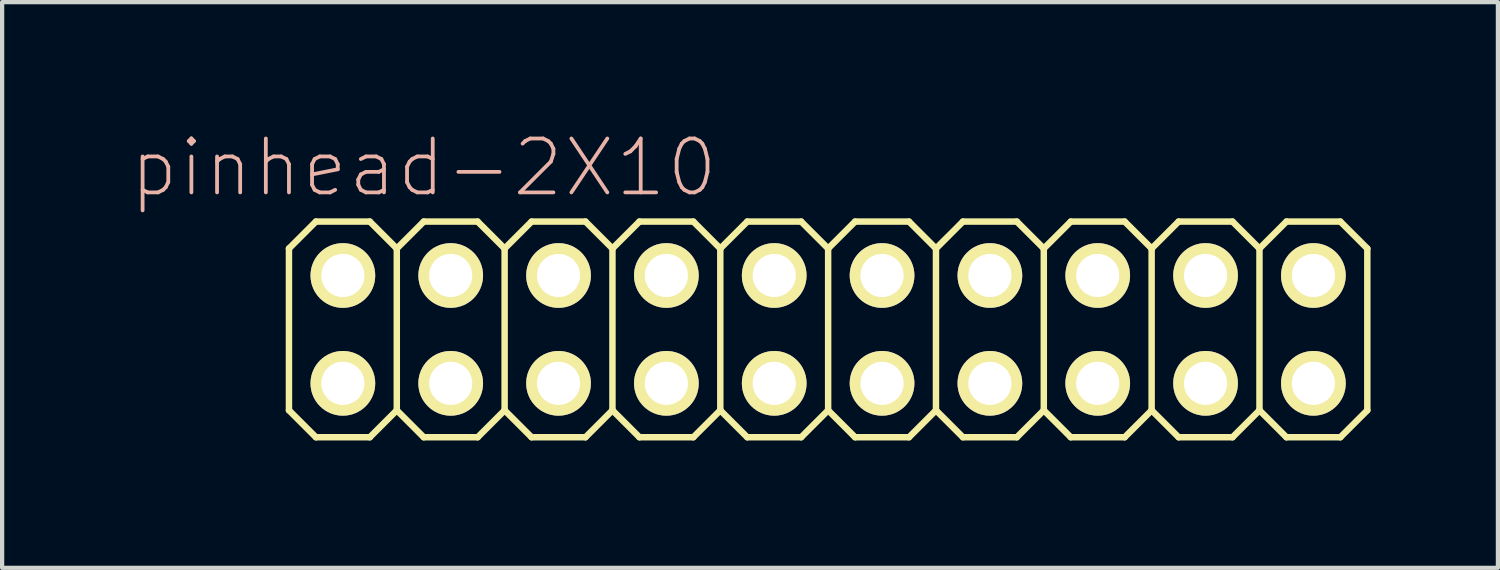
<source format=kicad_pcb>
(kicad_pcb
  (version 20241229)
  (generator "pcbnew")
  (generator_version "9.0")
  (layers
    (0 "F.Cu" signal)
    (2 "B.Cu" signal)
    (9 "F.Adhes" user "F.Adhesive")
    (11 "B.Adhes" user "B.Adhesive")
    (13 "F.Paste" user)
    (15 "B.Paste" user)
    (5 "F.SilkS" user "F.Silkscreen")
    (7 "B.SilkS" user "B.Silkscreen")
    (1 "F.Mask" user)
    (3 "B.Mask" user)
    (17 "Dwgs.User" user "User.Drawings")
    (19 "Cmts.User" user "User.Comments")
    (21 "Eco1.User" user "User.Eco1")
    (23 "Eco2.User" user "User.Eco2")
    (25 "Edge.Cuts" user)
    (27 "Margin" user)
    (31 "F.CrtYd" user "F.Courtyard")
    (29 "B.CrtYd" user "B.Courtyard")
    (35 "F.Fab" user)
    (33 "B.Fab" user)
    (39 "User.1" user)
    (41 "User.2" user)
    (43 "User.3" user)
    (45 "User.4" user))
  (footprint "pinhead-2X10"
    (layer "F.Cu")
    (at 16.456 4.709)
    (property "Reference" "pinhead-2X10" (at -9.525 -3.81 0) (layer "B.SilkS") (effects (font (size 1.27 1.27) (thickness 0.089))))
    (attr exclude_from_pos_files exclude_from_bom)
    (fp_line (start -12.7 -1.905) (end -12.065 -2.54) (stroke (width 0.152) (type solid)) (layer "F.SilkS"))
    (fp_line (start -12.7 1.905) (end -12.7 -1.905) (stroke (width 0.152) (type solid)) (layer "F.SilkS"))
    (fp_line (start -12.7 1.905) (end -12.065 2.54) (stroke (width 0.152) (type solid)) (layer "F.SilkS"))
    (fp_line (start -12.065 -2.54) (end -10.795 -2.54) (stroke (width 0.152) (type solid)) (layer "F.SilkS"))
    (fp_line (start -12.065 2.54) (end -10.795 2.54) (stroke (width 0.152) (type solid)) (layer "F.SilkS"))
    (fp_line (start -11.684 -1.524) (end -11.176 -1.524) (stroke (width 0.066) (type solid)) (layer "F.SilkS"))
    (fp_line (start -11.684 -1.016) (end -11.684 -1.524) (stroke (width 0.066) (type solid)) (layer "F.SilkS"))
    (fp_line (start -11.684 -1.016) (end -11.176 -1.016) (stroke (width 0.066) (type solid)) (layer "F.SilkS"))
    (fp_line (start -11.684 1.016) (end -11.176 1.016) (stroke (width 0.066) (type solid)) (layer "F.SilkS"))
    (fp_line (start -11.684 1.524) (end -11.684 1.016) (stroke (width 0.066) (type solid)) (layer "F.SilkS"))
    (fp_line (start -11.684 1.524) (end -11.176 1.524) (stroke (width 0.066) (type solid)) (layer "F.SilkS"))
    (fp_line (start -11.176 -1.016) (end -11.176 -1.524) (stroke (width 0.066) (type solid)) (layer "F.SilkS"))
    (fp_line (start -11.176 1.524) (end -11.176 1.016) (stroke (width 0.066) (type solid)) (layer "F.SilkS"))
    (fp_line (start -10.795 -2.54) (end -10.16 -1.905) (stroke (width 0.152) (type solid)) (layer "F.SilkS"))
    (fp_line (start -10.795 2.54) (end -10.16 1.905) (stroke (width 0.152) (type solid)) (layer "F.SilkS"))
    (fp_line (start -10.16 -1.905) (end -10.16 1.905) (stroke (width 0.152) (type solid)) (layer "F.SilkS"))
    (fp_line (start -10.16 -1.905) (end -9.525 -2.54) (stroke (width 0.152) (type solid)) (layer "F.SilkS"))
    (fp_line (start -10.16 1.905) (end -9.525 2.54) (stroke (width 0.152) (type solid)) (layer "F.SilkS"))
    (fp_line (start -9.525 -2.54) (end -8.255 -2.54) (stroke (width 0.152) (type solid)) (layer "F.SilkS"))
    (fp_line (start -9.525 2.54) (end -8.255 2.54) (stroke (width 0.152) (type solid)) (layer "F.SilkS"))
    (fp_line (start -9.144 -1.524) (end -8.636 -1.524) (stroke (width 0.066) (type solid)) (layer "F.SilkS"))
    (fp_line (start -9.144 -1.016) (end -9.144 -1.524) (stroke (width 0.066) (type solid)) (layer "F.SilkS"))
    (fp_line (start -9.144 -1.016) (end -8.636 -1.016) (stroke (width 0.066) (type solid)) (layer "F.SilkS"))
    (fp_line (start -9.144 1.016) (end -8.636 1.016) (stroke (width 0.066) (type solid)) (layer "F.SilkS"))
    (fp_line (start -9.144 1.524) (end -9.144 1.016) (stroke (width 0.066) (type solid)) (layer "F.SilkS"))
    (fp_line (start -9.144 1.524) (end -8.636 1.524) (stroke (width 0.066) (type solid)) (layer "F.SilkS"))
    (fp_line (start -8.636 -1.016) (end -8.636 -1.524) (stroke (width 0.066) (type solid)) (layer "F.SilkS"))
    (fp_line (start -8.636 1.524) (end -8.636 1.016) (stroke (width 0.066) (type solid)) (layer "F.SilkS"))
    (fp_line (start -8.255 -2.54) (end -7.62 -1.905) (stroke (width 0.152) (type solid)) (layer "F.SilkS"))
    (fp_line (start -8.255 2.54) (end -7.62 1.905) (stroke (width 0.152) (type solid)) (layer "F.SilkS"))
    (fp_line (start -7.62 -1.905) (end -7.62 1.905) (stroke (width 0.152) (type solid)) (layer "F.SilkS"))
    (fp_line (start -7.62 -1.905) (end -6.985 -2.54) (stroke (width 0.152) (type solid)) (layer "F.SilkS"))
    (fp_line (start -7.62 1.905) (end -6.985 2.54) (stroke (width 0.152) (type solid)) (layer "F.SilkS"))
    (fp_line (start -6.985 -2.54) (end -5.715 -2.54) (stroke (width 0.152) (type solid)) (layer "F.SilkS"))
    (fp_line (start -6.985 2.54) (end -5.715 2.54) (stroke (width 0.152) (type solid)) (layer "F.SilkS"))
    (fp_line (start -6.604 -1.524) (end -6.096 -1.524) (stroke (width 0.066) (type solid)) (layer "F.SilkS"))
    (fp_line (start -6.604 -1.016) (end -6.604 -1.524) (stroke (width 0.066) (type solid)) (layer "F.SilkS"))
    (fp_line (start -6.604 -1.016) (end -6.096 -1.016) (stroke (width 0.066) (type solid)) (layer "F.SilkS"))
    (fp_line (start -6.604 1.016) (end -6.096 1.016) (stroke (width 0.066) (type solid)) (layer "F.SilkS"))
    (fp_line (start -6.604 1.524) (end -6.604 1.016) (stroke (width 0.066) (type solid)) (layer "F.SilkS"))
    (fp_line (start -6.604 1.524) (end -6.096 1.524) (stroke (width 0.066) (type solid)) (layer "F.SilkS"))
    (fp_line (start -6.096 -1.016) (end -6.096 -1.524) (stroke (width 0.066) (type solid)) (layer "F.SilkS"))
    (fp_line (start -6.096 1.524) (end -6.096 1.016) (stroke (width 0.066) (type solid)) (layer "F.SilkS"))
    (fp_line (start -5.715 -2.54) (end -5.08 -1.905) (stroke (width 0.152) (type solid)) (layer "F.SilkS"))
    (fp_line (start -5.715 2.54) (end -5.08 1.905) (stroke (width 0.152) (type solid)) (layer "F.SilkS"))
    (fp_line (start -5.08 -1.905) (end -5.08 1.905) (stroke (width 0.152) (type solid)) (layer "F.SilkS"))
    (fp_line (start -5.08 -1.905) (end -4.445 -2.54) (stroke (width 0.152) (type solid)) (layer "F.SilkS"))
    (fp_line (start -5.08 1.905) (end -4.445 2.54) (stroke (width 0.152) (type solid)) (layer "F.SilkS"))
    (fp_line (start -4.445 -2.54) (end -3.175 -2.54) (stroke (width 0.152) (type solid)) (layer "F.SilkS"))
    (fp_line (start -4.445 2.54) (end -3.175 2.54) (stroke (width 0.152) (type solid)) (layer "F.SilkS"))
    (fp_line (start -4.064 -1.524) (end -3.556 -1.524) (stroke (width 0.066) (type solid)) (layer "F.SilkS"))
    (fp_line (start -4.064 -1.016) (end -4.064 -1.524) (stroke (width 0.066) (type solid)) (layer "F.SilkS"))
    (fp_line (start -4.064 -1.016) (end -3.556 -1.016) (stroke (width 0.066) (type solid)) (layer "F.SilkS"))
    (fp_line (start -4.064 1.016) (end -3.556 1.016) (stroke (width 0.066) (type solid)) (layer "F.SilkS"))
    (fp_line (start -4.064 1.524) (end -4.064 1.016) (stroke (width 0.066) (type solid)) (layer "F.SilkS"))
    (fp_line (start -4.064 1.524) (end -3.556 1.524) (stroke (width 0.066) (type solid)) (layer "F.SilkS"))
    (fp_line (start -3.556 -1.016) (end -3.556 -1.524) (stroke (width 0.066) (type solid)) (layer "F.SilkS"))
    (fp_line (start -3.556 1.524) (end -3.556 1.016) (stroke (width 0.066) (type solid)) (layer "F.SilkS"))
    (fp_line (start -3.175 -2.54) (end -2.54 -1.905) (stroke (width 0.152) (type solid)) (layer "F.SilkS"))
    (fp_line (start -3.175 2.54) (end -2.54 1.905) (stroke (width 0.152) (type solid)) (layer "F.SilkS"))
    (fp_line (start -2.54 -1.905) (end -2.54 1.905) (stroke (width 0.152) (type solid)) (layer "F.SilkS"))
    (fp_line (start -2.54 -1.905) (end -1.905 -2.54) (stroke (width 0.152) (type solid)) (layer "F.SilkS"))
    (fp_line (start -2.54 1.905) (end -1.905 2.54) (stroke (width 0.152) (type solid)) (layer "F.SilkS"))
    (fp_line (start -1.905 -2.54) (end -0.635 -2.54) (stroke (width 0.152) (type solid)) (layer "F.SilkS"))
    (fp_line (start -1.905 2.54) (end -0.635 2.54) (stroke (width 0.152) (type solid)) (layer "F.SilkS"))
    (fp_line (start -1.524 -1.524) (end -1.016 -1.524) (stroke (width 0.066) (type solid)) (layer "F.SilkS"))
    (fp_line (start -1.524 -1.016) (end -1.524 -1.524) (stroke (width 0.066) (type solid)) (layer "F.SilkS"))
    (fp_line (start -1.524 -1.016) (end -1.016 -1.016) (stroke (width 0.066) (type solid)) (layer "F.SilkS"))
    (fp_line (start -1.524 1.016) (end -1.016 1.016) (stroke (width 0.066) (type solid)) (layer "F.SilkS"))
    (fp_line (start -1.524 1.524) (end -1.524 1.016) (stroke (width 0.066) (type solid)) (layer "F.SilkS"))
    (fp_line (start -1.524 1.524) (end -1.016 1.524) (stroke (width 0.066) (type solid)) (layer "F.SilkS"))
    (fp_line (start -1.016 -1.016) (end -1.016 -1.524) (stroke (width 0.066) (type solid)) (layer "F.SilkS"))
    (fp_line (start -1.016 1.524) (end -1.016 1.016) (stroke (width 0.066) (type solid)) (layer "F.SilkS"))
    (fp_line (start -0.635 -2.54) (end 0 -1.905) (stroke (width 0.152) (type solid)) (layer "F.SilkS"))
    (fp_line (start -0.635 2.54) (end 0 1.905) (stroke (width 0.152) (type solid)) (layer "F.SilkS"))
    (fp_line (start 0 -1.905) (end 0 1.905) (stroke (width 0.152) (type solid)) (layer "F.SilkS"))
    (fp_line (start 0 -1.905) (end 0.635 -2.54) (stroke (width 0.152) (type solid)) (layer "F.SilkS"))
    (fp_line (start 0 1.905) (end 0.635 2.54) (stroke (width 0.152) (type solid)) (layer "F.SilkS"))
    (fp_line (start 0.635 -2.54) (end 1.905 -2.54) (stroke (width 0.152) (type solid)) (layer "F.SilkS"))
    (fp_line (start 0.635 2.54) (end 1.905 2.54) (stroke (width 0.152) (type solid)) (layer "F.SilkS"))
    (fp_line (start 1.016 -1.524) (end 1.524 -1.524) (stroke (width 0.066) (type solid)) (layer "F.SilkS"))
    (fp_line (start 1.016 -1.016) (end 1.016 -1.524) (stroke (width 0.066) (type solid)) (layer "F.SilkS"))
    (fp_line (start 1.016 -1.016) (end 1.524 -1.016) (stroke (width 0.066) (type solid)) (layer "F.SilkS"))
    (fp_line (start 1.016 1.016) (end 1.524 1.016) (stroke (width 0.066) (type solid)) (layer "F.SilkS"))
    (fp_line (start 1.016 1.524) (end 1.016 1.016) (stroke (width 0.066) (type solid)) (layer "F.SilkS"))
    (fp_line (start 1.016 1.524) (end 1.524 1.524) (stroke (width 0.066) (type solid)) (layer "F.SilkS"))
    (fp_line (start 1.524 -1.016) (end 1.524 -1.524) (stroke (width 0.066) (type solid)) (layer "F.SilkS"))
    (fp_line (start 1.524 1.524) (end 1.524 1.016) (stroke (width 0.066) (type solid)) (layer "F.SilkS"))
    (fp_line (start 1.905 -2.54) (end 2.54 -1.905) (stroke (width 0.152) (type solid)) (layer "F.SilkS"))
    (fp_line (start 1.905 2.54) (end 2.54 1.905) (stroke (width 0.152) (type solid)) (layer "F.SilkS"))
    (fp_line (start 2.54 -1.905) (end 2.54 1.905) (stroke (width 0.152) (type solid)) (layer "F.SilkS"))
    (fp_line (start 2.54 -1.905) (end 3.175 -2.54) (stroke (width 0.152) (type solid)) (layer "F.SilkS"))
    (fp_line (start 2.54 1.905) (end 3.175 2.54) (stroke (width 0.152) (type solid)) (layer "F.SilkS"))
    (fp_line (start 3.175 -2.54) (end 4.445 -2.54) (stroke (width 0.152) (type solid)) (layer "F.SilkS"))
    (fp_line (start 3.175 2.54) (end 4.445 2.54) (stroke (width 0.152) (type solid)) (layer "F.SilkS"))
    (fp_line (start 3.556 -1.524) (end 4.064 -1.524) (stroke (width 0.066) (type solid)) (layer "F.SilkS"))
    (fp_line (start 3.556 -1.016) (end 3.556 -1.524) (stroke (width 0.066) (type solid)) (layer "F.SilkS"))
    (fp_line (start 3.556 -1.016) (end 4.064 -1.016) (stroke (width 0.066) (type solid)) (layer "F.SilkS"))
    (fp_line (start 3.556 1.016) (end 4.064 1.016) (stroke (width 0.066) (type solid)) (layer "F.SilkS"))
    (fp_line (start 3.556 1.524) (end 3.556 1.016) (stroke (width 0.066) (type solid)) (layer "F.SilkS"))
    (fp_line (start 3.556 1.524) (end 4.064 1.524) (stroke (width 0.066) (type solid)) (layer "F.SilkS"))
    (fp_line (start 4.064 -1.016) (end 4.064 -1.524) (stroke (width 0.066) (type solid)) (layer "F.SilkS"))
    (fp_line (start 4.064 1.524) (end 4.064 1.016) (stroke (width 0.066) (type solid)) (layer "F.SilkS"))
    (fp_line (start 4.445 -2.54) (end 5.08 -1.905) (stroke (width 0.152) (type solid)) (layer "F.SilkS"))
    (fp_line (start 5.08 -1.905) (end 5.08 1.905) (stroke (width 0.152) (type solid)) (layer "F.SilkS"))
    (fp_line (start 5.08 -1.905) (end 5.715 -2.54) (stroke (width 0.152) (type solid)) (layer "F.SilkS"))
    (fp_line (start 5.08 1.905) (end 4.445 2.54) (stroke (width 0.152) (type solid)) (layer "F.SilkS"))
    (fp_line (start 5.08 1.905) (end 5.715 2.54) (stroke (width 0.152) (type solid)) (layer "F.SilkS"))
    (fp_line (start 5.715 -2.54) (end 6.985 -2.54) (stroke (width 0.152) (type solid)) (layer "F.SilkS"))
    (fp_line (start 5.715 2.54) (end 6.985 2.54) (stroke (width 0.152) (type solid)) (layer "F.SilkS"))
    (fp_line (start 6.096 -1.524) (end 6.604 -1.524) (stroke (width 0.066) (type solid)) (layer "F.SilkS"))
    (fp_line (start 6.096 -1.016) (end 6.096 -1.524) (stroke (width 0.066) (type solid)) (layer "F.SilkS"))
    (fp_line (start 6.096 -1.016) (end 6.604 -1.016) (stroke (width 0.066) (type solid)) (layer "F.SilkS"))
    (fp_line (start 6.096 1.016) (end 6.604 1.016) (stroke (width 0.066) (type solid)) (layer "F.SilkS"))
    (fp_line (start 6.096 1.524) (end 6.096 1.016) (stroke (width 0.066) (type solid)) (layer "F.SilkS"))
    (fp_line (start 6.096 1.524) (end 6.604 1.524) (stroke (width 0.066) (type solid)) (layer "F.SilkS"))
    (fp_line (start 6.604 -1.016) (end 6.604 -1.524) (stroke (width 0.066) (type solid)) (layer "F.SilkS"))
    (fp_line (start 6.604 1.524) (end 6.604 1.016) (stroke (width 0.066) (type solid)) (layer "F.SilkS"))
    (fp_line (start 6.985 -2.54) (end 7.62 -1.905) (stroke (width 0.152) (type solid)) (layer "F.SilkS"))
    (fp_line (start 7.62 -1.905) (end 7.62 1.905) (stroke (width 0.152) (type solid)) (layer "F.SilkS"))
    (fp_line (start 7.62 -1.905) (end 8.255 -2.54) (stroke (width 0.152) (type solid)) (layer "F.SilkS"))
    (fp_line (start 7.62 1.905) (end 6.985 2.54) (stroke (width 0.152) (type solid)) (layer "F.SilkS"))
    (fp_line (start 7.62 1.905) (end 8.255 2.54) (stroke (width 0.152) (type solid)) (layer "F.SilkS"))
    (fp_line (start 8.255 -2.54) (end 9.525 -2.54) (stroke (width 0.152) (type solid)) (layer "F.SilkS"))
    (fp_line (start 8.255 2.54) (end 9.525 2.54) (stroke (width 0.152) (type solid)) (layer "F.SilkS"))
    (fp_line (start 8.636 -1.524) (end 9.144 -1.524) (stroke (width 0.066) (type solid)) (layer "F.SilkS"))
    (fp_line (start 8.636 -1.016) (end 8.636 -1.524) (stroke (width 0.066) (type solid)) (layer "F.SilkS"))
    (fp_line (start 8.636 -1.016) (end 9.144 -1.016) (stroke (width 0.066) (type solid)) (layer "F.SilkS"))
    (fp_line (start 8.636 1.016) (end 9.144 1.016) (stroke (width 0.066) (type solid)) (layer "F.SilkS"))
    (fp_line (start 8.636 1.524) (end 8.636 1.016) (stroke (width 0.066) (type solid)) (layer "F.SilkS"))
    (fp_line (start 8.636 1.524) (end 9.144 1.524) (stroke (width 0.066) (type solid)) (layer "F.SilkS"))
    (fp_line (start 9.144 -1.016) (end 9.144 -1.524) (stroke (width 0.066) (type solid)) (layer "F.SilkS"))
    (fp_line (start 9.144 1.524) (end 9.144 1.016) (stroke (width 0.066) (type solid)) (layer "F.SilkS"))
    (fp_line (start 9.525 -2.54) (end 10.16 -1.905) (stroke (width 0.152) (type solid)) (layer "F.SilkS"))
    (fp_line (start 10.16 -1.905) (end 10.16 1.905) (stroke (width 0.152) (type solid)) (layer "F.SilkS"))
    (fp_line (start 10.16 -1.905) (end 10.795 -2.54) (stroke (width 0.152) (type solid)) (layer "F.SilkS"))
    (fp_line (start 10.16 1.905) (end 9.525 2.54) (stroke (width 0.152) (type solid)) (layer "F.SilkS"))
    (fp_line (start 10.16 1.905) (end 10.795 2.54) (stroke (width 0.152) (type solid)) (layer "F.SilkS"))
    (fp_line (start 10.795 -2.54) (end 12.065 -2.54) (stroke (width 0.152) (type solid)) (layer "F.SilkS"))
    (fp_line (start 10.795 2.54) (end 12.065 2.54) (stroke (width 0.152) (type solid)) (layer "F.SilkS"))
    (fp_line (start 11.176 -1.524) (end 11.684 -1.524) (stroke (width 0.066) (type solid)) (layer "F.SilkS"))
    (fp_line (start 11.176 -1.016) (end 11.176 -1.524) (stroke (width 0.066) (type solid)) (layer "F.SilkS"))
    (fp_line (start 11.176 -1.016) (end 11.684 -1.016) (stroke (width 0.066) (type solid)) (layer "F.SilkS"))
    (fp_line (start 11.176 1.016) (end 11.684 1.016) (stroke (width 0.066) (type solid)) (layer "F.SilkS"))
    (fp_line (start 11.176 1.524) (end 11.176 1.016) (stroke (width 0.066) (type solid)) (layer "F.SilkS"))
    (fp_line (start 11.176 1.524) (end 11.684 1.524) (stroke (width 0.066) (type solid)) (layer "F.SilkS"))
    (fp_line (start 11.684 -1.016) (end 11.684 -1.524) (stroke (width 0.066) (type solid)) (layer "F.SilkS"))
    (fp_line (start 11.684 1.524) (end 11.684 1.016) (stroke (width 0.066) (type solid)) (layer "F.SilkS"))
    (fp_line (start 12.065 -2.54) (end 12.7 -1.905) (stroke (width 0.152) (type solid)) (layer "F.SilkS"))
    (fp_line (start 12.7 -1.905) (end 12.7 1.905) (stroke (width 0.152) (type solid)) (layer "F.SilkS"))
    (fp_line (start 12.7 1.905) (end 12.065 2.54) (stroke (width 0.152) (type solid)) (layer "F.SilkS"))
    (pad "1" thru_hole circle (at -11.43 1.27) (size 1.524 1.524) (drill 1.016) (layers "*.Cu" "F.Mask" "F.SilkS" "F.Paste"))
    (pad "2" thru_hole circle (at -11.43 -1.27) (size 1.524 1.524) (drill 1.016) (layers "*.Cu" "F.Mask" "F.SilkS" "F.Paste"))
    (pad "3" thru_hole circle (at -8.89 1.27) (size 1.524 1.524) (drill 1.016) (layers "*.Cu" "F.Mask" "F.SilkS" "F.Paste"))
    (pad "4" thru_hole circle (at -8.89 -1.27) (size 1.524 1.524) (drill 1.016) (layers "*.Cu" "F.Mask" "F.SilkS" "F.Paste"))
    (pad "5" thru_hole circle (at -6.35 1.27) (size 1.524 1.524) (drill 1.016) (layers "*.Cu" "F.Mask" "F.SilkS" "F.Paste"))
    (pad "6" thru_hole circle (at -6.35 -1.27) (size 1.524 1.524) (drill 1.016) (layers "*.Cu" "F.Mask" "F.SilkS" "F.Paste"))
    (pad "7" thru_hole circle (at -3.81 1.27) (size 1.524 1.524) (drill 1.016) (layers "*.Cu" "F.Mask" "F.SilkS" "F.Paste"))
    (pad "8" thru_hole circle (at -3.81 -1.27) (size 1.524 1.524) (drill 1.016) (layers "*.Cu" "F.Mask" "F.SilkS" "F.Paste"))
    (pad "9" thru_hole circle (at -1.27 1.27) (size 1.524 1.524) (drill 1.016) (layers "*.Cu" "F.Mask" "F.SilkS" "F.Paste"))
    (pad "10" thru_hole circle (at -1.27 -1.27) (size 1.524 1.524) (drill 1.016) (layers "*.Cu" "F.Mask" "F.SilkS" "F.Paste"))
    (pad "11" thru_hole circle (at 1.27 1.27) (size 1.524 1.524) (drill 1.016) (layers "*.Cu" "F.Mask" "F.SilkS" "F.Paste"))
    (pad "12" thru_hole circle (at 1.27 -1.27) (size 1.524 1.524) (drill 1.016) (layers "*.Cu" "F.Mask" "F.SilkS" "F.Paste"))
    (pad "13" thru_hole circle (at 3.81 1.27) (size 1.524 1.524) (drill 1.016) (layers "*.Cu" "F.Mask" "F.SilkS" "F.Paste"))
    (pad "14" thru_hole circle (at 3.81 -1.27) (size 1.524 1.524) (drill 1.016) (layers "*.Cu" "F.Mask" "F.SilkS" "F.Paste"))
    (pad "15" thru_hole circle (at 6.35 1.27) (size 1.524 1.524) (drill 1.016) (layers "*.Cu" "F.Mask" "F.SilkS" "F.Paste"))
    (pad "16" thru_hole circle (at 6.35 -1.27) (size 1.524 1.524) (drill 1.016) (layers "*.Cu" "F.Mask" "F.SilkS" "F.Paste"))
    (pad "17" thru_hole circle (at 8.89 1.27) (size 1.524 1.524) (drill 1.016) (layers "*.Cu" "F.Mask" "F.SilkS" "F.Paste"))
    (pad "18" thru_hole circle (at 8.89 -1.27) (size 1.524 1.524) (drill 1.016) (layers "*.Cu" "F.Mask" "F.SilkS" "F.Paste"))
    (pad "19" thru_hole circle (at 11.43 1.27) (size 1.524 1.524) (drill 1.016) (layers "*.Cu" "F.Mask" "F.SilkS" "F.Paste"))
    (pad "20" thru_hole circle (at 11.43 -1.27) (size 1.524 1.524) (drill 1.016) (layers "*.Cu" "F.Mask" "F.SilkS" "F.Paste")))
  (gr_rect
    (start -3 -3)
    (end 32.232 10.325)
    (stroke (width 0.1) (type default))
    (fill no)
    (layer "Edge.Cuts")))
</source>
